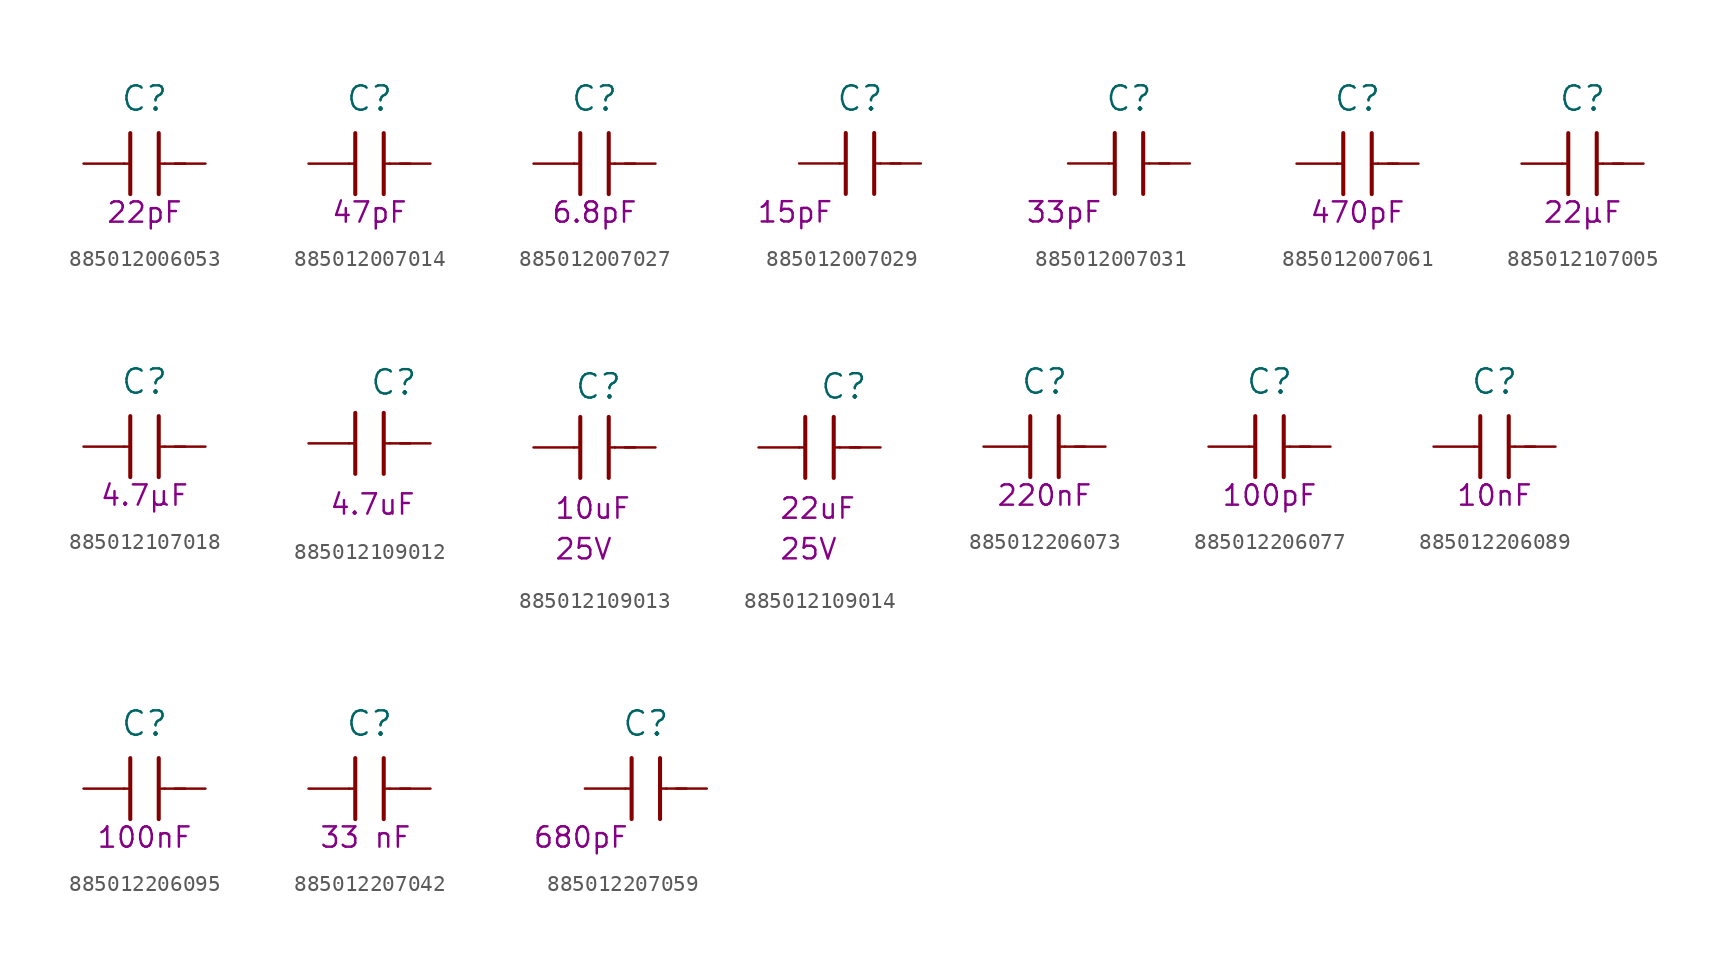
<source format=kicad_sym>
(kicad_symbol_lib
  (version 20231120)
  (generator "kicad_symbol_editor")
  (generator_version "8.0")
  (symbol "885012006053"
    (pin_numbers hide)
    (pin_names
      (offset 0) hide)
    (property "Reference" "C"
      (at -1.27 4.064 0)
      (effects (font (size 1.524 1.524))))
    (property "Capacitance (Farad)" "22pF"
      (at -1.27 -3.048 0)
      (effects (font (size 1.27 1.27))))
    (symbol "885012006053_0_1"
      (polyline (pts (xy -2.54 0) (xy -2.286 0)) (stroke (width 0) (type default)) (fill (type none)))
      (polyline (pts (xy -2.159 1.905) (xy -2.159 -1.905)) (stroke (width 0.254) (type default)) (fill (type none)))
      (polyline (pts (xy -0.381 1.905) (xy -0.381 -1.905)) (stroke (width 0.254) (type default)) (fill (type none)))
      (polyline (pts (xy 0 0) (xy -0.254 0)) (stroke (width 0) (type default)) (fill (type none)))
      (polyline (pts (xy 0.635 0) (xy 1.27 0)) (stroke (width 0) (type default)) (fill (type none))))
    (symbol "885012006053_1_1"
      (pin passive line (at -5.08 0 0) (length 2.54) (name "1" (effects (font (size 1.27 1.27)))) (number "1" (effects (font (size 1.27 1.27)))))
      (pin passive line (at 2.54 0 180) (length 2.54) (name "2" (effects (font (size 1.27 1.27)))) (number "2" (effects (font (size 1.27 1.27)))))))
  (symbol "885012007014"
    (pin_numbers hide)
    (pin_names
      (offset 0) hide)
    (property "Reference" "C"
      (at -1.27 4.064 0)
      (effects (font (size 1.524 1.524))))
    (property "Capacitance (Farad)" "47pF"
      (at -1.27 -3.048 0)
      (effects (font (size 1.27 1.27))))
    (symbol "885012007014_0_1"
      (polyline (pts (xy -2.54 0) (xy -2.286 0)) (stroke (width 0) (type default)) (fill (type none)))
      (polyline (pts (xy -2.159 1.905) (xy -2.159 -1.905)) (stroke (width 0.254) (type default)) (fill (type none)))
      (polyline (pts (xy -0.381 1.905) (xy -0.381 -1.905)) (stroke (width 0.254) (type default)) (fill (type none)))
      (polyline (pts (xy 0 0) (xy -0.254 0)) (stroke (width 0) (type default)) (fill (type none)))
      (polyline (pts (xy 0.635 0) (xy 1.27 0)) (stroke (width 0) (type default)) (fill (type none))))
    (symbol "885012007014_1_1"
      (pin passive line (at -5.08 0 0) (length 2.54) (name "1" (effects (font (size 1.27 1.27)))) (number "1" (effects (font (size 1.27 1.27)))))
      (pin passive line (at 2.54 0 180) (length 2.54) (name "2" (effects (font (size 1.27 1.27)))) (number "2" (effects (font (size 1.27 1.27)))))))
  (symbol "885012007027"
    (pin_numbers hide)
    (pin_names
      (offset 0) hide)
    (property "Reference" "C"
      (at -1.27 4.064 0)
      (effects (font (size 1.524 1.524))))
    (property "Capacitance (Farad)" "6.8pF"
      (at -1.27 -3.048 0)
      (effects (font (size 1.27 1.27))))
    (symbol "885012007027_0_1"
      (polyline (pts (xy -2.54 0) (xy -2.286 0)) (stroke (width 0) (type default)) (fill (type none)))
      (polyline (pts (xy -2.159 1.905) (xy -2.159 -1.905)) (stroke (width 0.254) (type default)) (fill (type none)))
      (polyline (pts (xy -0.381 1.905) (xy -0.381 -1.905)) (stroke (width 0.254) (type default)) (fill (type none)))
      (polyline (pts (xy 0 0) (xy -0.254 0)) (stroke (width 0) (type default)) (fill (type none)))
      (polyline (pts (xy 0.635 0) (xy 1.27 0)) (stroke (width 0) (type default)) (fill (type none))))
    (symbol "885012007027_1_1"
      (pin passive line (at -5.08 0 0) (length 2.54) (name "1" (effects (font (size 1.27 1.27)))) (number "1" (effects (font (size 1.27 1.27)))))
      (pin passive line (at 2.54 0 180) (length 2.54) (name "2" (effects (font (size 1.27 1.27)))) (number "2" (effects (font (size 1.27 1.27)))))))
  (symbol "885012007029"
    (pin_numbers hide)
    (pin_names
      (offset 0) hide)
    (property "Reference" "C"
      (at -1.27 4.064 0)
      (effects (font (size 1.524 1.524))))
    (property "Capacitance (Farad)" "15pF"
      (at -5.334 -3.048 0)
      (effects (font (size 1.27 1.27))))
    (symbol "885012007029_0_1"
      (polyline (pts (xy -2.54 0) (xy -2.286 0)) (stroke (width 0) (type default)) (fill (type none)))
      (polyline (pts (xy -2.159 1.905) (xy -2.159 -1.905)) (stroke (width 0.254) (type default)) (fill (type none)))
      (polyline (pts (xy -0.381 1.905) (xy -0.381 -1.905)) (stroke (width 0.254) (type default)) (fill (type none)))
      (polyline (pts (xy 0 0) (xy -0.254 0)) (stroke (width 0) (type default)) (fill (type none)))
      (polyline (pts (xy 0.635 0) (xy 1.27 0)) (stroke (width 0) (type default)) (fill (type none))))
    (symbol "885012007029_1_1"
      (pin passive line (at -5.08 0 0) (length 2.54) (name "1" (effects (font (size 1.27 1.27)))) (number "1" (effects (font (size 1.27 1.27)))))
      (pin passive line (at 2.54 0 180) (length 2.54) (name "2" (effects (font (size 1.27 1.27)))) (number "2" (effects (font (size 1.27 1.27)))))))
  (symbol "885012007031"
    (pin_numbers hide)
    (pin_names
      (offset 0) hide)
    (property "Reference" "C"
      (at -1.27 4.064 0)
      (effects (font (size 1.524 1.524))))
    (property "Capacitance (Farad)" "33pF"
      (at -5.334 -3.048 0)
      (effects (font (size 1.27 1.27))))
    (symbol "885012007031_0_1"
      (polyline (pts (xy -2.54 0) (xy -2.286 0)) (stroke (width 0) (type default)) (fill (type none)))
      (polyline (pts (xy -2.159 1.905) (xy -2.159 -1.905)) (stroke (width 0.254) (type default)) (fill (type none)))
      (polyline (pts (xy -0.381 1.905) (xy -0.381 -1.905)) (stroke (width 0.254) (type default)) (fill (type none)))
      (polyline (pts (xy 0 0) (xy -0.254 0)) (stroke (width 0) (type default)) (fill (type none)))
      (polyline (pts (xy 0.635 0) (xy 1.27 0)) (stroke (width 0) (type default)) (fill (type none))))
    (symbol "885012007031_1_1"
      (pin passive line (at -5.08 0 0) (length 2.54) (name "1" (effects (font (size 1.27 1.27)))) (number "1" (effects (font (size 1.27 1.27)))))
      (pin passive line (at 2.54 0 180) (length 2.54) (name "2" (effects (font (size 1.27 1.27)))) (number "2" (effects (font (size 1.27 1.27)))))))
  (symbol "885012007061"
    (pin_numbers hide)
    (pin_names
      (offset 0) hide)
    (property "Reference" "C"
      (at -1.27 4.064 0)
      (effects (font (size 1.524 1.524))))
    (property "Capacitance (Farad)" "470pF"
      (at -1.27 -3.048 0)
      (effects (font (size 1.27 1.27))))
    (symbol "885012007061_0_1"
      (polyline (pts (xy -2.54 0) (xy -2.286 0)) (stroke (width 0) (type default)) (fill (type none)))
      (polyline (pts (xy -2.159 1.905) (xy -2.159 -1.905)) (stroke (width 0.254) (type default)) (fill (type none)))
      (polyline (pts (xy -0.381 1.905) (xy -0.381 -1.905)) (stroke (width 0.254) (type default)) (fill (type none)))
      (polyline (pts (xy 0 0) (xy -0.254 0)) (stroke (width 0) (type default)) (fill (type none)))
      (polyline (pts (xy 0.635 0) (xy 1.27 0)) (stroke (width 0) (type default)) (fill (type none))))
    (symbol "885012007061_1_1"
      (pin passive line (at -5.08 0 0) (length 2.54) (name "1" (effects (font (size 1.27 1.27)))) (number "1" (effects (font (size 1.27 1.27)))))
      (pin passive line (at 2.54 0 180) (length 2.54) (name "2" (effects (font (size 1.27 1.27)))) (number "2" (effects (font (size 1.27 1.27)))))))
  (symbol "885012107005"
    (pin_numbers hide)
    (pin_names
      (offset 0) hide)
    (property "Reference" "C"
      (at -1.27 4.064 0)
      (effects (font (size 1.524 1.524))))
    (property "Capacitance (Farad)" "22µF"
      (at -1.27 -3.048 0)
      (effects (font (size 1.27 1.27))))
    (symbol "885012107005_0_1"
      (polyline (pts (xy -2.54 0) (xy -2.286 0)) (stroke (width 0) (type default)) (fill (type none)))
      (polyline (pts (xy -2.159 1.905) (xy -2.159 -1.905)) (stroke (width 0.254) (type default)) (fill (type none)))
      (polyline (pts (xy -0.381 1.905) (xy -0.381 -1.905)) (stroke (width 0.254) (type default)) (fill (type none)))
      (polyline (pts (xy 0 0) (xy -0.254 0)) (stroke (width 0) (type default)) (fill (type none)))
      (polyline (pts (xy 0.635 0) (xy 1.27 0)) (stroke (width 0) (type default)) (fill (type none))))
    (symbol "885012107005_1_1"
      (pin passive line (at -5.08 0 0) (length 2.54) (name "1" (effects (font (size 1.27 1.27)))) (number "1" (effects (font (size 1.27 1.27)))))
      (pin passive line (at 2.54 0 180) (length 2.54) (name "2" (effects (font (size 1.27 1.27)))) (number "2" (effects (font (size 1.27 1.27)))))))
  (symbol "885012107018"
    (pin_numbers hide)
    (pin_names
      (offset 0) hide)
    (property "Reference" "C"
      (at -1.27 4.064 0)
      (effects (font (size 1.524 1.524))))
    (property "Capacitance (Farad)" "4.7µF"
      (at -1.27 -3.048 0)
      (effects (font (size 1.27 1.27))))
    (symbol "885012107018_0_1"
      (polyline (pts (xy -2.54 0) (xy -2.286 0)) (stroke (width 0) (type default)) (fill (type none)))
      (polyline (pts (xy -2.159 1.905) (xy -2.159 -1.905)) (stroke (width 0.254) (type default)) (fill (type none)))
      (polyline (pts (xy -0.381 1.905) (xy -0.381 -1.905)) (stroke (width 0.254) (type default)) (fill (type none)))
      (polyline (pts (xy 0 0) (xy -0.254 0)) (stroke (width 0) (type default)) (fill (type none)))
      (polyline (pts (xy 0.635 0) (xy 1.27 0)) (stroke (width 0) (type default)) (fill (type none))))
    (symbol "885012107018_1_1"
      (pin passive line (at -5.08 0 0) (length 2.54) (name "1" (effects (font (size 1.27 1.27)))) (number "1" (effects (font (size 1.27 1.27)))))
      (pin passive line (at 2.54 0 180) (length 2.54) (name "2" (effects (font (size 1.27 1.27)))) (number "2" (effects (font (size 1.27 1.27)))))))
  (symbol "885012109012"
    (pin_numbers hide)
    (pin_names
      (offset 0) hide)
    (property "Reference" "C"
      (at 0 3.81 0)
      (effects (font (size 1.524 1.524)) (justify left)))
    (property "Capacitance (Farad)" "4.7uF"
      (at -2.54 -3.81 0)
      (effects (font (size 1.27 1.27)) (justify left)))
    (symbol "885012109012_0_1"
      (polyline (pts (xy -1.27 0) (xy -1.016 0)) (stroke (width 0) (type default)) (fill (type none)))
      (polyline (pts (xy -0.889 1.905) (xy -0.889 -1.905)) (stroke (width 0.254) (type default)) (fill (type none)))
      (polyline (pts (xy 0.889 1.905) (xy 0.889 -1.905)) (stroke (width 0.254) (type default)) (fill (type none)))
      (polyline (pts (xy 1.27 0) (xy 1.016 0)) (stroke (width 0) (type default)) (fill (type none)))
      (polyline (pts (xy 1.905 0) (xy 2.54 0)) (stroke (width 0) (type default)) (fill (type none))))
    (symbol "885012109012_1_1"
      (pin passive line (at -3.81 0 0) (length 2.54) (name "1" (effects (font (size 1.27 1.27)))) (number "1" (effects (font (size 1.27 1.27)))))
      (pin passive line (at 3.81 0 180) (length 2.54) (name "2" (effects (font (size 1.27 1.27)))) (number "2" (effects (font (size 1.27 1.27)))))))
  (symbol "885012109013"
    (pin_numbers hide)
    (pin_names
      (offset 0) hide)
    (property "Reference" "C"
      (at -1.27 3.81 0)
      (effects (font (size 1.524 1.524)) (justify left)))
    (property "Capacitance (Farad)" "10uF"
      (at -2.54 -3.81 0)
      (effects (font (size 1.27 1.27)) (justify left)))
    (property "Voltage Rated (Volt)" "25V"
      (at -2.54 -6.35 0)
      (effects (font (size 1.27 1.27)) (justify left)))
    (symbol "885012109013_0_1"
      (polyline (pts (xy -1.27 0) (xy -1.016 0)) (stroke (width 0) (type default)) (fill (type none)))
      (polyline (pts (xy -0.889 1.905) (xy -0.889 -1.905)) (stroke (width 0.254) (type default)) (fill (type none)))
      (polyline (pts (xy 0.889 1.905) (xy 0.889 -1.905)) (stroke (width 0.254) (type default)) (fill (type none)))
      (polyline (pts (xy 1.27 0) (xy 1.016 0)) (stroke (width 0) (type default)) (fill (type none)))
      (polyline (pts (xy 1.905 0) (xy 2.54 0)) (stroke (width 0) (type default)) (fill (type none))))
    (symbol "885012109013_1_1"
      (pin passive line (at -3.81 0 0) (length 2.54) (name "1" (effects (font (size 1.27 1.27)))) (number "1" (effects (font (size 1.27 1.27)))))
      (pin passive line (at 3.81 0 180) (length 2.54) (name "2" (effects (font (size 1.27 1.27)))) (number "2" (effects (font (size 1.27 1.27)))))))
  (symbol "885012109014"
    (pin_numbers hide)
    (pin_names
      (offset 0) hide)
    (property "Reference" "C"
      (at 0 3.81 0)
      (effects (font (size 1.524 1.524)) (justify left)))
    (property "Capacitance (Farad)" "22uF"
      (at -2.54 -3.81 0)
      (effects (font (size 1.27 1.27)) (justify left)))
    (property "Voltage Rated (Volt)" "25V"
      (at -2.54 -6.35 0)
      (effects (font (size 1.27 1.27)) (justify left)))
    (symbol "885012109014_0_1"
      (polyline (pts (xy -1.27 0) (xy -1.016 0)) (stroke (width 0) (type default)) (fill (type none)))
      (polyline (pts (xy -0.889 1.905) (xy -0.889 -1.905)) (stroke (width 0.254) (type default)) (fill (type none)))
      (polyline (pts (xy 0.889 1.905) (xy 0.889 -1.905)) (stroke (width 0.254) (type default)) (fill (type none)))
      (polyline (pts (xy 1.27 0) (xy 1.016 0)) (stroke (width 0) (type default)) (fill (type none)))
      (polyline (pts (xy 1.905 0) (xy 2.54 0)) (stroke (width 0) (type default)) (fill (type none))))
    (symbol "885012109014_1_1"
      (pin passive line (at -3.81 0 0) (length 2.54) (name "1" (effects (font (size 1.27 1.27)))) (number "1" (effects (font (size 1.27 1.27)))))
      (pin passive line (at 3.81 0 180) (length 2.54) (name "2" (effects (font (size 1.27 1.27)))) (number "2" (effects (font (size 1.27 1.27)))))))
  (symbol "885012206073"
    (pin_numbers hide)
    (pin_names
      (offset 0) hide)
    (property "Reference" "C"
      (at -1.27 4.064 0)
      (effects (font (size 1.524 1.524))))
    (property "Capacitance (Farad)" "220nF"
      (at -1.27 -3.048 0)
      (effects (font (size 1.27 1.27))))
    (symbol "885012206073_0_1"
      (polyline (pts (xy -2.54 0) (xy -2.286 0)) (stroke (width 0) (type default)) (fill (type none)))
      (polyline (pts (xy -2.159 1.905) (xy -2.159 -1.905)) (stroke (width 0.254) (type default)) (fill (type none)))
      (polyline (pts (xy -0.381 1.905) (xy -0.381 -1.905)) (stroke (width 0.254) (type default)) (fill (type none)))
      (polyline (pts (xy 0 0) (xy -0.254 0)) (stroke (width 0) (type default)) (fill (type none)))
      (polyline (pts (xy 0.635 0) (xy 1.27 0)) (stroke (width 0) (type default)) (fill (type none))))
    (symbol "885012206073_1_1"
      (pin passive line (at -5.08 0 0) (length 2.54) (name "1" (effects (font (size 1.27 1.27)))) (number "1" (effects (font (size 1.27 1.27)))))
      (pin passive line (at 2.54 0 180) (length 2.54) (name "2" (effects (font (size 1.27 1.27)))) (number "2" (effects (font (size 1.27 1.27)))))))
  (symbol "885012206077"
    (pin_numbers hide)
    (pin_names
      (offset 0) hide)
    (property "Reference" "C"
      (at -1.27 4.064 0)
      (effects (font (size 1.524 1.524))))
    (property "Capacitance (Farad)" "100pF"
      (at -1.27 -3.048 0)
      (effects (font (size 1.27 1.27))))
    (symbol "885012206077_0_1"
      (polyline (pts (xy -2.54 0) (xy -2.286 0)) (stroke (width 0) (type default)) (fill (type none)))
      (polyline (pts (xy -2.159 1.905) (xy -2.159 -1.905)) (stroke (width 0.254) (type default)) (fill (type none)))
      (polyline (pts (xy -0.381 1.905) (xy -0.381 -1.905)) (stroke (width 0.254) (type default)) (fill (type none)))
      (polyline (pts (xy 0 0) (xy -0.254 0)) (stroke (width 0) (type default)) (fill (type none)))
      (polyline (pts (xy 0.635 0) (xy 1.27 0)) (stroke (width 0) (type default)) (fill (type none))))
    (symbol "885012206077_1_1"
      (pin passive line (at -5.08 0 0) (length 2.54) (name "1" (effects (font (size 1.27 1.27)))) (number "1" (effects (font (size 1.27 1.27)))))
      (pin passive line (at 2.54 0 180) (length 2.54) (name "2" (effects (font (size 1.27 1.27)))) (number "2" (effects (font (size 1.27 1.27)))))))
  (symbol "885012206089"
    (pin_numbers hide)
    (pin_names
      (offset 0) hide)
    (property "Reference" "C"
      (at -1.27 4.064 0)
      (effects (font (size 1.524 1.524))))
    (property "Capacitance (Farad)" "10nF"
      (at -1.27 -3.048 0)
      (effects (font (size 1.27 1.27))))
    (symbol "885012206089_0_1"
      (polyline (pts (xy -2.54 0) (xy -2.286 0)) (stroke (width 0) (type default)) (fill (type none)))
      (polyline (pts (xy -2.159 1.905) (xy -2.159 -1.905)) (stroke (width 0.254) (type default)) (fill (type none)))
      (polyline (pts (xy -0.381 1.905) (xy -0.381 -1.905)) (stroke (width 0.254) (type default)) (fill (type none)))
      (polyline (pts (xy 0 0) (xy -0.254 0)) (stroke (width 0) (type default)) (fill (type none)))
      (polyline (pts (xy 0.635 0) (xy 1.27 0)) (stroke (width 0) (type default)) (fill (type none))))
    (symbol "885012206089_1_1"
      (pin passive line (at -5.08 0 0) (length 2.54) (name "1" (effects (font (size 1.27 1.27)))) (number "1" (effects (font (size 1.27 1.27)))))
      (pin passive line (at 2.54 0 180) (length 2.54) (name "2" (effects (font (size 1.27 1.27)))) (number "2" (effects (font (size 1.27 1.27)))))))
  (symbol "885012206095"
    (pin_numbers hide)
    (pin_names
      (offset 0) hide)
    (property "Reference" "C"
      (at -1.27 4.064 0)
      (effects (font (size 1.524 1.524))))
    (property "Capacitance (Farad)" "100nF"
      (at -1.27 -3.048 0)
      (effects (font (size 1.27 1.27))))
    (symbol "885012206095_0_1"
      (polyline (pts (xy -2.54 0) (xy -2.286 0)) (stroke (width 0) (type default)) (fill (type none)))
      (polyline (pts (xy -2.159 1.905) (xy -2.159 -1.905)) (stroke (width 0.254) (type default)) (fill (type none)))
      (polyline (pts (xy -0.381 1.905) (xy -0.381 -1.905)) (stroke (width 0.254) (type default)) (fill (type none)))
      (polyline (pts (xy 0 0) (xy -0.254 0)) (stroke (width 0) (type default)) (fill (type none)))
      (polyline (pts (xy 0.635 0) (xy 1.27 0)) (stroke (width 0) (type default)) (fill (type none))))
    (symbol "885012206095_1_1"
      (pin passive line (at -5.08 0 0) (length 2.54) (name "1" (effects (font (size 1.27 1.27)))) (number "1" (effects (font (size 1.27 1.27)))))
      (pin passive line (at 2.54 0 180) (length 2.54) (name "2" (effects (font (size 1.27 1.27)))) (number "2" (effects (font (size 1.27 1.27)))))))
  (symbol "885012207042"
    (pin_numbers hide)
    (pin_names
      (offset 0) hide)
    (property "Reference" "C"
      (at -1.27 4.064 0)
      (effects (font (size 1.524 1.524))))
    (property "Capacitance (Farad)" "33 nF"
      (at -1.524 -3.048 0)
      (effects (font (size 1.27 1.27))))
    (symbol "885012207042_0_1"
      (polyline (pts (xy -2.54 0) (xy -2.286 0)) (stroke (width 0) (type default)) (fill (type none)))
      (polyline (pts (xy -2.159 1.905) (xy -2.159 -1.905)) (stroke (width 0.254) (type default)) (fill (type none)))
      (polyline (pts (xy -0.381 1.905) (xy -0.381 -1.905)) (stroke (width 0.254) (type default)) (fill (type none)))
      (polyline (pts (xy 0 0) (xy -0.254 0)) (stroke (width 0) (type default)) (fill (type none)))
      (polyline (pts (xy 0.635 0) (xy 1.27 0)) (stroke (width 0) (type default)) (fill (type none))))
    (symbol "885012207042_1_1"
      (pin passive line (at -5.08 0 0) (length 2.54) (name "1" (effects (font (size 1.27 1.27)))) (number "1" (effects (font (size 1.27 1.27)))))
      (pin passive line (at 2.54 0 180) (length 2.54) (name "2" (effects (font (size 1.27 1.27)))) (number "2" (effects (font (size 1.27 1.27)))))))
  (symbol "885012207059"
    (pin_numbers hide)
    (pin_names
      (offset 0) hide)
    (property "Reference" "C"
      (at -1.27 4.064 0)
      (effects (font (size 1.524 1.524))))
    (property "Capacitance (Farad)" "680pF"
      (at -5.334 -3.048 0)
      (effects (font (size 1.27 1.27))))
    (symbol "885012207059_0_1"
      (polyline (pts (xy -2.54 0) (xy -2.286 0)) (stroke (width 0) (type default)) (fill (type none)))
      (polyline (pts (xy -2.159 1.905) (xy -2.159 -1.905)) (stroke (width 0.254) (type default)) (fill (type none)))
      (polyline (pts (xy -0.381 1.905) (xy -0.381 -1.905)) (stroke (width 0.254) (type default)) (fill (type none)))
      (polyline (pts (xy 0 0) (xy -0.254 0)) (stroke (width 0) (type default)) (fill (type none)))
      (polyline (pts (xy 0.635 0) (xy 1.27 0)) (stroke (width 0) (type default)) (fill (type none))))
    (symbol "885012207059_1_1"
      (pin passive line (at -5.08 0 0) (length 2.54) (name "1" (effects (font (size 1.27 1.27)))) (number "1" (effects (font (size 1.27 1.27)))))
      (pin passive line (at 2.54 0 180) (length 2.54) (name "2" (effects (font (size 1.27 1.27)))) (number "2" (effects (font (size 1.27 1.27))))))))
</source>
